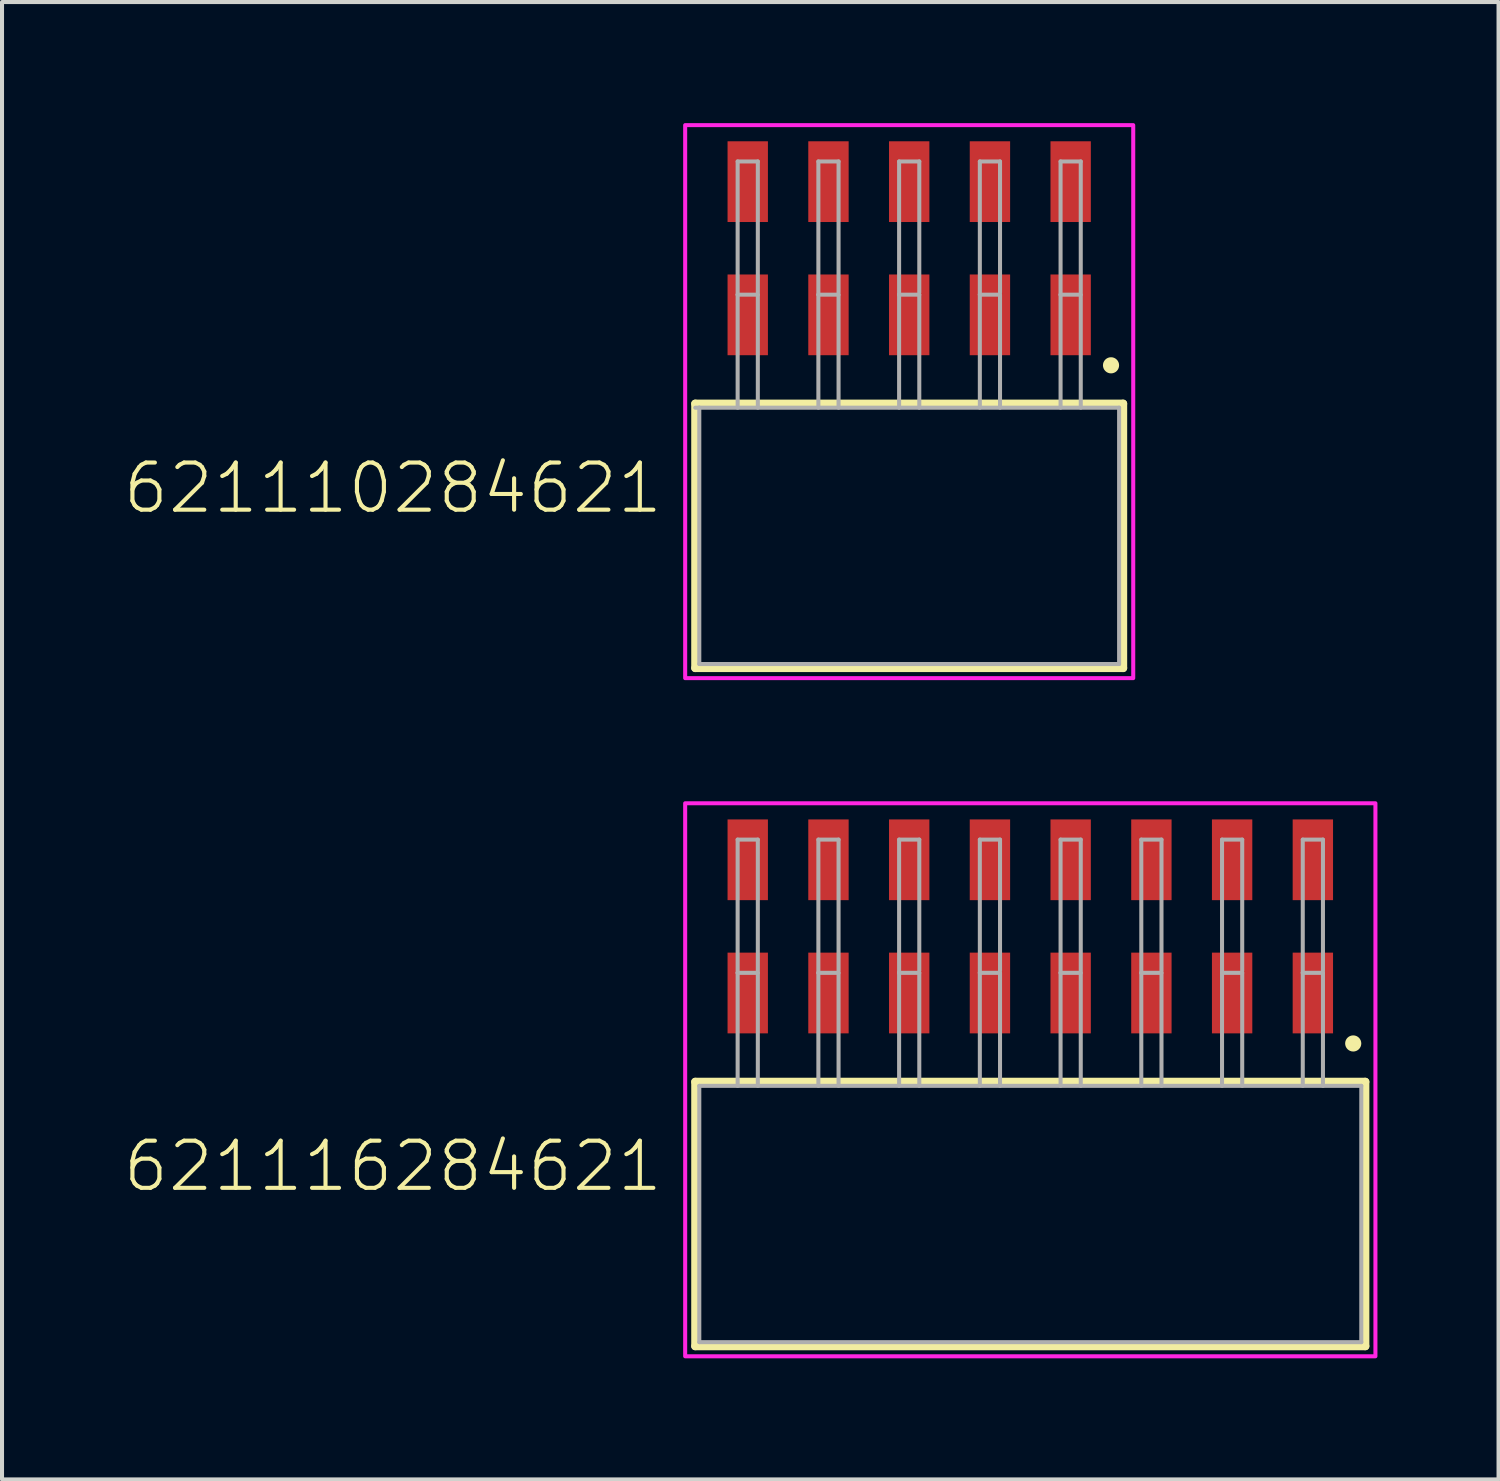
<source format=kicad_pcb>
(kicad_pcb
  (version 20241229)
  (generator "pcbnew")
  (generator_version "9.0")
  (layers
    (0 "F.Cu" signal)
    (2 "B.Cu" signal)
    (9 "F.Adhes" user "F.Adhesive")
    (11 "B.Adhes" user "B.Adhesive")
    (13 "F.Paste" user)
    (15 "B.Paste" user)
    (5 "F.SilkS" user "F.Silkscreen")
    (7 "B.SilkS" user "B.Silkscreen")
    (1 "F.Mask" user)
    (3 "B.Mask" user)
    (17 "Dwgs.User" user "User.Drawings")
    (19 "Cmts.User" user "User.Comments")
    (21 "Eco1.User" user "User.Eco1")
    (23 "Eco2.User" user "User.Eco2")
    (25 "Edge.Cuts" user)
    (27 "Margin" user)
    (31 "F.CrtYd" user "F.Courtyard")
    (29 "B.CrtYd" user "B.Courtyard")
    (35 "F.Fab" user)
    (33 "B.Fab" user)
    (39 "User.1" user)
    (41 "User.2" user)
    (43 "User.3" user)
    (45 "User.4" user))
  (footprint "621116284621"
    (layer "F.Cu")
    (at 22.474 27.025)
    (property "Reference" "621116284621" (at -9.05 -0.5 0) (unlocked yes) (layer "F.SilkS") (effects (font (size 1.168 1.168) (thickness 0.102)) (justify right bottom)))
    (fp_line (start -8.3 -3.275) (end 8.3 -3.275) (stroke (width 0.2) (type solid)) (layer "F.SilkS"))
    (fp_line (start -8.3 3.275) (end -8.3 -3.275) (stroke (width 0.2) (type solid)) (layer "F.SilkS"))
    (fp_line (start 8.3 -3.275) (end 8.3 3.275) (stroke (width 0.2) (type solid)) (layer "F.SilkS"))
    (fp_line (start 8.3 3.275) (end -8.3 3.275) (stroke (width 0.2) (type solid)) (layer "F.SilkS"))
    (fp_circle (center 8 -4.225) (end 8.1 -4.225) (stroke (width 0.2) (type solid)) (fill no) (layer "F.SilkS"))
    (fp_poly (pts (xy 8.55 3.525) (xy -8.55 3.525) (xy -8.55 -10.175) (xy 8.55 -10.175)) (stroke (width 0.1) (type default)) (fill no) (layer "F.CrtYd"))
    (fp_line (start -8.2 -3.175) (end 8.2 -3.175) (stroke (width 0.1) (type solid)) (layer "F.Fab"))
    (fp_line (start -8.2 3.175) (end -8.2 -3.175) (stroke (width 0.1) (type solid)) (layer "F.Fab"))
    (fp_line (start -7.25 -9.275) (end -7.25 -5.975) (stroke (width 0.1) (type solid)) (layer "F.Fab"))
    (fp_line (start -7.25 -5.975) (end -7.25 -3.175) (stroke (width 0.1) (type solid)) (layer "F.Fab"))
    (fp_line (start -7.25 -5.975) (end -6.75 -5.975) (stroke (width 0.1) (type solid)) (layer "F.Fab"))
    (fp_line (start -6.75 -9.275) (end -7.25 -9.275) (stroke (width 0.1) (type solid)) (layer "F.Fab"))
    (fp_line (start -6.75 -6.025) (end -6.75 -9.275) (stroke (width 0.1) (type solid)) (layer "F.Fab"))
    (fp_line (start -6.75 -5.975) (end -6.75 -3.175) (stroke (width 0.1) (type solid)) (layer "F.Fab"))
    (fp_line (start -5.25 -9.275) (end -5.25 -5.975) (stroke (width 0.1) (type solid)) (layer "F.Fab"))
    (fp_line (start -5.25 -5.975) (end -5.25 -3.175) (stroke (width 0.1) (type solid)) (layer "F.Fab"))
    (fp_line (start -5.25 -5.975) (end -4.75 -5.975) (stroke (width 0.1) (type solid)) (layer "F.Fab"))
    (fp_line (start -4.75 -9.275) (end -5.25 -9.275) (stroke (width 0.1) (type solid)) (layer "F.Fab"))
    (fp_line (start -4.75 -6.025) (end -4.75 -9.275) (stroke (width 0.1) (type solid)) (layer "F.Fab"))
    (fp_line (start -4.75 -5.975) (end -4.75 -3.175) (stroke (width 0.1) (type solid)) (layer "F.Fab"))
    (fp_line (start -3.25 -9.275) (end -3.25 -5.975) (stroke (width 0.1) (type solid)) (layer "F.Fab"))
    (fp_line (start -3.25 -5.975) (end -3.25 -3.175) (stroke (width 0.1) (type solid)) (layer "F.Fab"))
    (fp_line (start -3.25 -5.975) (end -2.75 -5.975) (stroke (width 0.1) (type solid)) (layer "F.Fab"))
    (fp_line (start -2.75 -9.275) (end -3.25 -9.275) (stroke (width 0.1) (type solid)) (layer "F.Fab"))
    (fp_line (start -2.75 -6.025) (end -2.75 -9.275) (stroke (width 0.1) (type solid)) (layer "F.Fab"))
    (fp_line (start -2.75 -5.975) (end -2.75 -3.175) (stroke (width 0.1) (type solid)) (layer "F.Fab"))
    (fp_line (start -1.25 -9.275) (end -1.25 -5.975) (stroke (width 0.1) (type solid)) (layer "F.Fab"))
    (fp_line (start -1.25 -5.975) (end -1.25 -3.175) (stroke (width 0.1) (type solid)) (layer "F.Fab"))
    (fp_line (start -1.25 -5.975) (end -0.75 -5.975) (stroke (width 0.1) (type solid)) (layer "F.Fab"))
    (fp_line (start -0.75 -9.275) (end -1.25 -9.275) (stroke (width 0.1) (type solid)) (layer "F.Fab"))
    (fp_line (start -0.75 -6.025) (end -0.75 -9.275) (stroke (width 0.1) (type solid)) (layer "F.Fab"))
    (fp_line (start -0.75 -5.975) (end -0.75 -3.175) (stroke (width 0.1) (type solid)) (layer "F.Fab"))
    (fp_line (start 0.75 -9.275) (end 0.75 -5.975) (stroke (width 0.1) (type solid)) (layer "F.Fab"))
    (fp_line (start 0.75 -5.975) (end 0.75 -3.175) (stroke (width 0.1) (type solid)) (layer "F.Fab"))
    (fp_line (start 0.75 -5.975) (end 1.25 -5.975) (stroke (width 0.1) (type solid)) (layer "F.Fab"))
    (fp_line (start 1.25 -9.275) (end 0.75 -9.275) (stroke (width 0.1) (type solid)) (layer "F.Fab"))
    (fp_line (start 1.25 -6.025) (end 1.25 -9.275) (stroke (width 0.1) (type solid)) (layer "F.Fab"))
    (fp_line (start 1.25 -5.975) (end 1.25 -3.175) (stroke (width 0.1) (type solid)) (layer "F.Fab"))
    (fp_line (start 2.75 -9.275) (end 2.75 -5.975) (stroke (width 0.1) (type solid)) (layer "F.Fab"))
    (fp_line (start 2.75 -5.975) (end 2.75 -3.175) (stroke (width 0.1) (type solid)) (layer "F.Fab"))
    (fp_line (start 2.75 -5.975) (end 3.25 -5.975) (stroke (width 0.1) (type solid)) (layer "F.Fab"))
    (fp_line (start 3.25 -9.275) (end 2.75 -9.275) (stroke (width 0.1) (type solid)) (layer "F.Fab"))
    (fp_line (start 3.25 -6.025) (end 3.25 -9.275) (stroke (width 0.1) (type solid)) (layer "F.Fab"))
    (fp_line (start 3.25 -5.975) (end 3.25 -3.175) (stroke (width 0.1) (type solid)) (layer "F.Fab"))
    (fp_line (start 4.75 -9.275) (end 4.75 -5.975) (stroke (width 0.1) (type solid)) (layer "F.Fab"))
    (fp_line (start 4.75 -5.975) (end 4.75 -3.175) (stroke (width 0.1) (type solid)) (layer "F.Fab"))
    (fp_line (start 4.75 -5.975) (end 5.25 -5.975) (stroke (width 0.1) (type solid)) (layer "F.Fab"))
    (fp_line (start 5.25 -9.275) (end 4.75 -9.275) (stroke (width 0.1) (type solid)) (layer "F.Fab"))
    (fp_line (start 5.25 -6.025) (end 5.25 -9.275) (stroke (width 0.1) (type solid)) (layer "F.Fab"))
    (fp_line (start 5.25 -5.975) (end 5.25 -3.175) (stroke (width 0.1) (type solid)) (layer "F.Fab"))
    (fp_line (start 6.75 -9.275) (end 6.75 -5.975) (stroke (width 0.1) (type solid)) (layer "F.Fab"))
    (fp_line (start 6.75 -5.975) (end 6.75 -3.175) (stroke (width 0.1) (type solid)) (layer "F.Fab"))
    (fp_line (start 6.75 -5.975) (end 7.25 -5.975) (stroke (width 0.1) (type solid)) (layer "F.Fab"))
    (fp_line (start 7.25 -9.275) (end 6.75 -9.275) (stroke (width 0.1) (type solid)) (layer "F.Fab"))
    (fp_line (start 7.25 -6.025) (end 7.25 -9.275) (stroke (width 0.1) (type solid)) (layer "F.Fab"))
    (fp_line (start 7.25 -5.975) (end 7.25 -3.175) (stroke (width 0.1) (type solid)) (layer "F.Fab"))
    (fp_line (start 8.2 -3.175) (end 8.2 3.175) (stroke (width 0.1) (type solid)) (layer "F.Fab"))
    (fp_line (start 8.2 3.175) (end -8.2 3.175) (stroke (width 0.1) (type solid)) (layer "F.Fab"))
    (pad "1" smd rect (at 7 -5.475 90) (size 2 1) (layers "F.Cu" "F.Mask" "F.Paste"))
    (pad "2" smd rect (at 7 -8.775 90) (size 2 1) (layers "F.Cu" "F.Mask" "F.Paste"))
    (pad "3" smd rect (at 5 -5.475 90) (size 2 1) (layers "F.Cu" "F.Mask" "F.Paste"))
    (pad "4" smd rect (at 5 -8.775 90) (size 2 1) (layers "F.Cu" "F.Mask" "F.Paste"))
    (pad "5" smd rect (at 3 -5.475 90) (size 2 1) (layers "F.Cu" "F.Mask" "F.Paste"))
    (pad "6" smd rect (at 3 -8.775 90) (size 2 1) (layers "F.Cu" "F.Mask" "F.Paste"))
    (pad "7" smd rect (at 1 -5.475 90) (size 2 1) (layers "F.Cu" "F.Mask" "F.Paste"))
    (pad "8" smd rect (at 1 -8.775 90) (size 2 1) (layers "F.Cu" "F.Mask" "F.Paste"))
    (pad "9" smd rect (at -1 -5.475 90) (size 2 1) (layers "F.Cu" "F.Mask" "F.Paste"))
    (pad "10" smd rect (at -1 -8.775 90) (size 2 1) (layers "F.Cu" "F.Mask" "F.Paste"))
    (pad "11" smd rect (at -3 -5.475 90) (size 2 1) (layers "F.Cu" "F.Mask" "F.Paste"))
    (pad "12" smd rect (at -3 -8.775 90) (size 2 1) (layers "F.Cu" "F.Mask" "F.Paste"))
    (pad "13" smd rect (at -5 -5.475 90) (size 2 1) (layers "F.Cu" "F.Mask" "F.Paste"))
    (pad "14" smd rect (at -5 -8.775 90) (size 2 1) (layers "F.Cu" "F.Mask" "F.Paste"))
    (pad "15" smd rect (at -7 -5.475 90) (size 2 1) (layers "F.Cu" "F.Mask" "F.Paste"))
    (pad "16" smd rect (at -7 -8.775 90) (size 2 1) (layers "F.Cu" "F.Mask" "F.Paste")))
  (footprint "621110284621"
    (layer "F.Cu")
    (at 19.474 10.225)
    (property "Reference" "621110284621" (at -6.05 -0.5 0) (unlocked yes) (layer "F.SilkS") (effects (font (size 1.168 1.168) (thickness 0.102)) (justify right bottom)))
    (fp_line (start -5.3 -3.275) (end 5.3 -3.275) (stroke (width 0.2) (type solid)) (layer "F.SilkS"))
    (fp_line (start -5.3 3.275) (end -5.3 -3.275) (stroke (width 0.2) (type solid)) (layer "F.SilkS"))
    (fp_line (start 5.3 -3.275) (end 5.3 3.275) (stroke (width 0.2) (type solid)) (layer "F.SilkS"))
    (fp_line (start 5.3 3.275) (end -5.3 3.275) (stroke (width 0.2) (type solid)) (layer "F.SilkS"))
    (fp_circle (center 5 -4.225) (end 5.1 -4.225) (stroke (width 0.2) (type solid)) (fill no) (layer "F.SilkS"))
    (fp_poly (pts (xy 5.55 3.525) (xy -5.55 3.525) (xy -5.55 -10.175) (xy 5.55 -10.175)) (stroke (width 0.1) (type default)) (fill no) (layer "F.CrtYd"))
    (fp_line (start -5.2 -3.175) (end -5.3 -3.175) (stroke (width 0.1) (type solid)) (layer "F.Fab"))
    (fp_line (start -5.2 -3.175) (end 5.2 -3.175) (stroke (width 0.1) (type solid)) (layer "F.Fab"))
    (fp_line (start -5.2 3.175) (end -5.2 -3.175) (stroke (width 0.1) (type solid)) (layer "F.Fab"))
    (fp_line (start -4.25 -9.275) (end -4.25 -5.975) (stroke (width 0.1) (type solid)) (layer "F.Fab"))
    (fp_line (start -4.25 -5.975) (end -4.25 -3.175) (stroke (width 0.1) (type solid)) (layer "F.Fab"))
    (fp_line (start -4.25 -5.975) (end -3.75 -5.975) (stroke (width 0.1) (type solid)) (layer "F.Fab"))
    (fp_line (start -3.75 -9.275) (end -4.25 -9.275) (stroke (width 0.1) (type solid)) (layer "F.Fab"))
    (fp_line (start -3.75 -6.025) (end -3.75 -9.275) (stroke (width 0.1) (type solid)) (layer "F.Fab"))
    (fp_line (start -3.75 -5.975) (end -3.75 -3.175) (stroke (width 0.1) (type solid)) (layer "F.Fab"))
    (fp_line (start -2.25 -9.275) (end -2.25 -5.975) (stroke (width 0.1) (type solid)) (layer "F.Fab"))
    (fp_line (start -2.25 -5.975) (end -2.25 -3.175) (stroke (width 0.1) (type solid)) (layer "F.Fab"))
    (fp_line (start -2.25 -5.975) (end -1.75 -5.975) (stroke (width 0.1) (type solid)) (layer "F.Fab"))
    (fp_line (start -1.75 -9.275) (end -2.25 -9.275) (stroke (width 0.1) (type solid)) (layer "F.Fab"))
    (fp_line (start -1.75 -6.025) (end -1.75 -9.275) (stroke (width 0.1) (type solid)) (layer "F.Fab"))
    (fp_line (start -1.75 -5.975) (end -1.75 -3.175) (stroke (width 0.1) (type solid)) (layer "F.Fab"))
    (fp_line (start -0.25 -9.275) (end -0.25 -5.975) (stroke (width 0.1) (type solid)) (layer "F.Fab"))
    (fp_line (start -0.25 -5.975) (end -0.25 -3.175) (stroke (width 0.1) (type solid)) (layer "F.Fab"))
    (fp_line (start -0.25 -5.975) (end 0.25 -5.975) (stroke (width 0.1) (type solid)) (layer "F.Fab"))
    (fp_line (start 0.25 -9.275) (end -0.25 -9.275) (stroke (width 0.1) (type solid)) (layer "F.Fab"))
    (fp_line (start 0.25 -6.025) (end 0.25 -9.275) (stroke (width 0.1) (type solid)) (layer "F.Fab"))
    (fp_line (start 0.25 -5.975) (end 0.25 -3.175) (stroke (width 0.1) (type solid)) (layer "F.Fab"))
    (fp_line (start 1.75 -9.275) (end 1.75 -5.975) (stroke (width 0.1) (type solid)) (layer "F.Fab"))
    (fp_line (start 1.75 -5.975) (end 1.75 -3.175) (stroke (width 0.1) (type solid)) (layer "F.Fab"))
    (fp_line (start 1.75 -5.975) (end 2.25 -5.975) (stroke (width 0.1) (type solid)) (layer "F.Fab"))
    (fp_line (start 2.25 -9.275) (end 1.75 -9.275) (stroke (width 0.1) (type solid)) (layer "F.Fab"))
    (fp_line (start 2.25 -6.025) (end 2.25 -9.275) (stroke (width 0.1) (type solid)) (layer "F.Fab"))
    (fp_line (start 2.25 -5.975) (end 2.25 -3.175) (stroke (width 0.1) (type solid)) (layer "F.Fab"))
    (fp_line (start 3.75 -9.275) (end 3.75 -5.975) (stroke (width 0.1) (type solid)) (layer "F.Fab"))
    (fp_line (start 3.75 -5.975) (end 3.75 -3.175) (stroke (width 0.1) (type solid)) (layer "F.Fab"))
    (fp_line (start 3.75 -5.975) (end 4.25 -5.975) (stroke (width 0.1) (type solid)) (layer "F.Fab"))
    (fp_line (start 4.25 -9.275) (end 3.75 -9.275) (stroke (width 0.1) (type solid)) (layer "F.Fab"))
    (fp_line (start 4.25 -6.025) (end 4.25 -9.275) (stroke (width 0.1) (type solid)) (layer "F.Fab"))
    (fp_line (start 4.25 -5.975) (end 4.25 -3.175) (stroke (width 0.1) (type solid)) (layer "F.Fab"))
    (fp_line (start 5.2 -3.175) (end 5.2 3.175) (stroke (width 0.1) (type solid)) (layer "F.Fab"))
    (fp_line (start 5.2 3.175) (end -5.2 3.175) (stroke (width 0.1) (type solid)) (layer "F.Fab"))
    (pad "1" smd rect (at 4 -5.475 90) (size 2 1) (layers "F.Cu" "F.Mask" "F.Paste"))
    (pad "2" smd rect (at 4 -8.775 90) (size 2 1) (layers "F.Cu" "F.Mask" "F.Paste"))
    (pad "3" smd rect (at 2 -5.475 90) (size 2 1) (layers "F.Cu" "F.Mask" "F.Paste"))
    (pad "4" smd rect (at 2 -8.775 90) (size 2 1) (layers "F.Cu" "F.Mask" "F.Paste"))
    (pad "5" smd rect (at 0 -5.475 90) (size 2 1) (layers "F.Cu" "F.Mask" "F.Paste"))
    (pad "6" smd rect (at 0 -8.775 90) (size 2 1) (layers "F.Cu" "F.Mask" "F.Paste"))
    (pad "7" smd rect (at -2 -5.475 90) (size 2 1) (layers "F.Cu" "F.Mask" "F.Paste"))
    (pad "8" smd rect (at -2 -8.775 90) (size 2 1) (layers "F.Cu" "F.Mask" "F.Paste"))
    (pad "9" smd rect (at -4 -5.475 90) (size 2 1) (layers "F.Cu" "F.Mask" "F.Paste"))
    (pad "10" smd rect (at -4 -8.775 90) (size 2 1) (layers "F.Cu" "F.Mask" "F.Paste")))
  (gr_rect
    (start -3 -3)
    (end 34.074 33.6)
    (stroke (width 0.1) (type default))
    (fill no)
    (layer "Edge.Cuts")))
</source>
